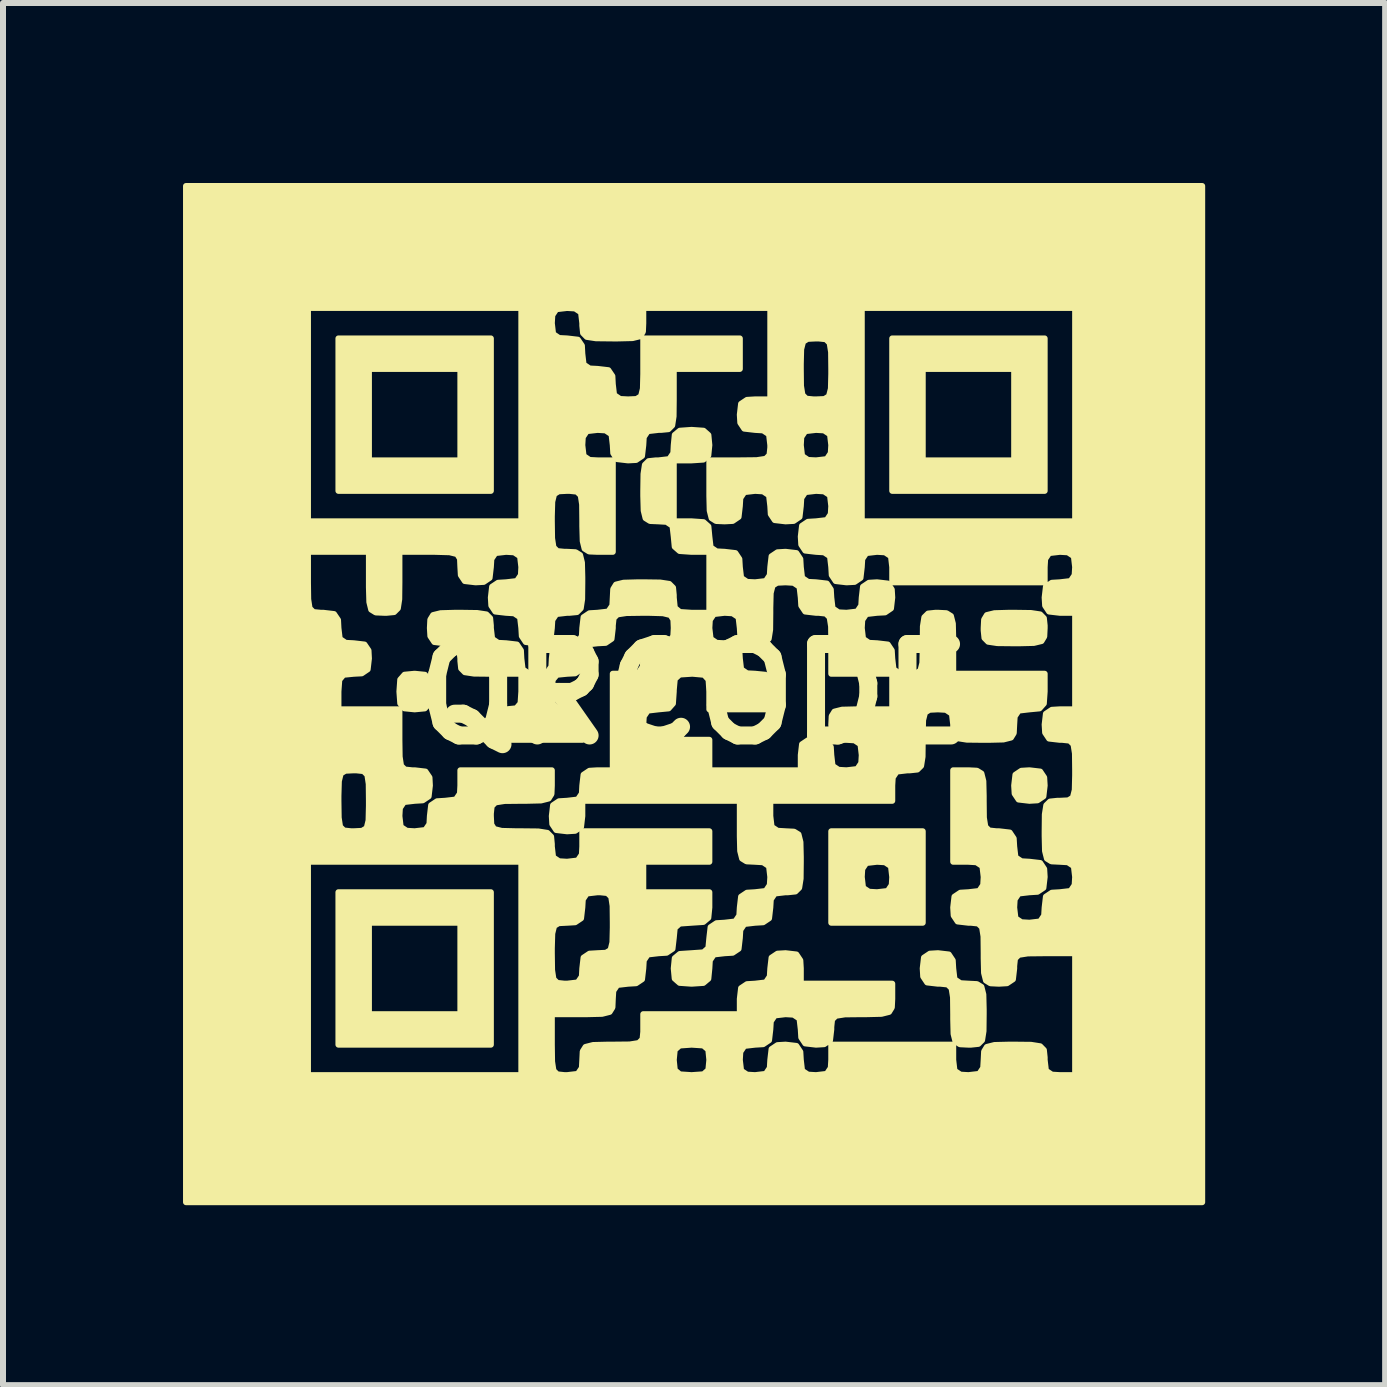
<source format=kicad_pcb>
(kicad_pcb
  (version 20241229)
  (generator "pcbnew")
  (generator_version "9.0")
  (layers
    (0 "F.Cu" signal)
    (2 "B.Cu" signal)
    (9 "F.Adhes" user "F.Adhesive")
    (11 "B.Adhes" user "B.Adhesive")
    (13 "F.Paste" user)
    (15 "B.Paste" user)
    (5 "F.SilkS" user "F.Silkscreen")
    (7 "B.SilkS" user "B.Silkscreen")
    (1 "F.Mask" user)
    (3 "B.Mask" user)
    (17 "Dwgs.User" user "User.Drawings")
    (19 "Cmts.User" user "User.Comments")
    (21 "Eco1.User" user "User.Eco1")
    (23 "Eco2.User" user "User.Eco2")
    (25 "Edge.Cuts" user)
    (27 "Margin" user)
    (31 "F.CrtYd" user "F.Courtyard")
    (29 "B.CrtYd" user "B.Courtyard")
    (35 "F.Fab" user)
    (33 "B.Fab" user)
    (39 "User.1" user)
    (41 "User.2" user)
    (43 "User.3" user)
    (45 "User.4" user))
  (footprint "QRCODE"
    (layer "F.Cu")
    (at 8.517 8.517)
    (property "Reference" "QRCODE" (at 0 0 0) (layer "F.SilkS") (effects (font (size 1.524 1.524) (thickness 0.3))))
    (attr through_hole)
    (fp_poly (pts (xy -4.403 -0.042) (xy -4.417 0.157) (xy -4.489 0.238) (xy -4.657 0.254) (xy -4.827 0.237) (xy -4.897 0.154) (xy -4.911 -0.042) (xy -4.897 -0.241) (xy -4.825 -0.323) (xy -4.657 -0.339) (xy -4.486 -0.322) (xy -4.416 -0.238) (xy -4.403 -0.042)) (stroke (width 0.1) (type solid)) (fill yes) (layer "F.SilkS"))
    (fp_poly (pts (xy 5.842 1.524) (xy 5.821 1.704) (xy 5.722 1.77) (xy 5.588 1.778) (xy 5.408 1.757) (xy 5.342 1.658) (xy 5.334 1.524) (xy 5.355 1.344) (xy 5.454 1.278) (xy 5.588 1.27) (xy 5.768 1.291) (xy 5.834 1.39) (xy 5.842 1.524)) (stroke (width 0.1) (type solid)) (fill yes) (layer "F.SilkS"))
    (fp_poly (pts (xy -3.387 -3.387) (xy -3.895 -3.387) (xy -3.895 -3.895) (xy -3.895 -4.657) (xy -3.895 -5.419) (xy -4.657 -5.419) (xy -5.419 -5.419) (xy -5.419 -4.657) (xy -5.419 -3.895) (xy -4.657 -3.895) (xy -3.895 -3.895) (xy -3.895 -3.387) (xy -4.657 -3.387) (xy -5.927 -3.387) (xy -5.927 -4.657) (xy -5.927 -5.927) (xy -4.657 -5.927) (xy -3.387 -5.927) (xy -3.387 -4.657) (xy -3.387 -3.387)) (stroke (width 0.1) (type solid)) (fill yes) (layer "F.SilkS"))
    (fp_poly (pts (xy -3.387 5.842) (xy -3.895 5.842) (xy -3.895 5.334) (xy -3.895 4.572) (xy -3.895 3.81) (xy -4.657 3.81) (xy -5.419 3.81) (xy -5.419 4.572) (xy -5.419 5.334) (xy -4.657 5.334) (xy -3.895 5.334) (xy -3.895 5.842) (xy -4.657 5.842) (xy -5.927 5.842) (xy -5.927 4.572) (xy -5.927 3.302) (xy -4.657 3.302) (xy -3.387 3.302) (xy -3.387 4.572) (xy -3.387 5.842)) (stroke (width 0.1) (type solid)) (fill yes) (layer "F.SilkS"))
    (fp_poly (pts (xy 5.842 -3.387) (xy 5.334 -3.387) (xy 5.334 -3.895) (xy 5.334 -4.657) (xy 5.334 -5.419) (xy 4.572 -5.419) (xy 3.81 -5.419) (xy 3.81 -4.657) (xy 3.81 -3.895) (xy 4.572 -3.895) (xy 5.334 -3.895) (xy 5.334 -3.387) (xy 4.572 -3.387) (xy 3.302 -3.387) (xy 3.302 -4.657) (xy 3.302 -5.927) (xy 4.572 -5.927) (xy 5.842 -5.927) (xy 5.842 -4.657) (xy 5.842 -3.387)) (stroke (width 0.1) (type solid)) (fill yes) (layer "F.SilkS"))
    (fp_poly (pts (xy 5.842 -1.101) (xy 5.835 -0.96) (xy 5.789 -0.884) (xy 5.662 -0.853) (xy 5.416 -0.847) (xy 5.334 -0.847) (xy 5.053 -0.85) (xy 4.901 -0.873) (xy 4.839 -0.936) (xy 4.826 -1.06) (xy 4.826 -1.101) (xy 4.833 -1.241) (xy 4.879 -1.317) (xy 5.006 -1.348) (xy 5.252 -1.355) (xy 5.334 -1.355) (xy 5.615 -1.351) (xy 5.767 -1.328) (xy 5.829 -1.265) (xy 5.842 -1.142) (xy 5.842 -1.101)) (stroke (width 0.1) (type solid)) (fill yes) (layer "F.SilkS"))
    (fp_poly (pts (xy 3.81 3.81) (xy 3.302 3.81) (xy 3.302 3.048) (xy 3.281 2.868) (xy 3.182 2.802) (xy 3.048 2.794) (xy 2.868 2.815) (xy 2.802 2.914) (xy 2.794 3.048) (xy 2.815 3.228) (xy 2.914 3.294) (xy 3.048 3.302) (xy 3.228 3.281) (xy 3.294 3.182) (xy 3.302 3.048) (xy 3.302 3.81) (xy 3.048 3.81) (xy 2.286 3.81) (xy 2.286 3.048) (xy 2.286 2.286) (xy 3.048 2.286) (xy 3.81 2.286) (xy 3.81 3.048) (xy 3.81 3.81)) (stroke (width 0.1) (type solid)) (fill yes) (layer "F.SilkS"))
    (fp_poly (pts (xy 4.826 5.334) (xy 4.823 5.615) (xy 4.799 5.767) (xy 4.736 5.829) (xy 4.613 5.842) (xy 4.572 5.842) (xy 4.431 5.835) (xy 4.356 5.789) (xy 4.324 5.662) (xy 4.318 5.416) (xy 4.318 5.334) (xy 4.315 5.053) (xy 4.291 4.901) (xy 4.228 4.839) (xy 4.105 4.826) (xy 4.064 4.826) (xy 3.884 4.805) (xy 3.818 4.706) (xy 3.81 4.572) (xy 3.831 4.392) (xy 3.93 4.326) (xy 4.064 4.318) (xy 4.244 4.339) (xy 4.31 4.438) (xy 4.318 4.572) (xy 4.339 4.752) (xy 4.438 4.818) (xy 4.572 4.826) (xy 4.713 4.833) (xy 4.788 4.879) (xy 4.82 5.006) (xy 4.826 5.252) (xy 4.826 5.334)) (stroke (width 0.1) (type solid)) (fill yes) (layer "F.SilkS"))
    (fp_poly (pts (xy 5.842 -0.042) (xy 5.828 0.157) (xy 5.756 0.238) (xy 5.588 0.254) (xy 5.408 0.275) (xy 5.342 0.374) (xy 5.334 0.508) (xy 5.327 0.649) (xy 5.281 0.724) (xy 5.154 0.756) (xy 4.908 0.762) (xy 4.826 0.762) (xy 4.545 0.759) (xy 4.393 0.735) (xy 4.331 0.672) (xy 4.318 0.549) (xy 4.318 0.508) (xy 4.297 0.328) (xy 4.198 0.262) (xy 4.064 0.254) (xy 3.923 0.261) (xy 3.848 0.307) (xy 3.816 0.434) (xy 3.81 0.68) (xy 3.81 0.762) (xy 3.807 1.043) (xy 3.783 1.195) (xy 3.72 1.257) (xy 3.597 1.27) (xy 3.556 1.27) (xy 3.376 1.291) (xy 3.31 1.39) (xy 3.302 1.524) (xy 3.302 0.254) (xy 3.302 -0.042) (xy 3.302 -0.339) (xy 2.794 -0.339) (xy 2.286 -0.339) (xy 2.286 -0.847) (xy 2.283 -1.128) (xy 2.259 -1.28) (xy 2.196 -1.342) (xy 2.073 -1.355) (xy 2.032 -1.355) (xy 1.852 -1.376) (xy 1.786 -1.475) (xy 1.778 -1.609) (xy 1.757 -1.789) (xy 1.658 -1.855) (xy 1.524 -1.863) (xy 1.383 -1.856) (xy 1.308 -1.809) (xy 1.276 -1.683) (xy 1.27 -1.437) (xy 1.27 -1.355) (xy 1.267 -1.073) (xy 1.243 -0.922) (xy 1.18 -0.859) (xy 1.057 -0.847) (xy 1.016 -0.847) (xy 0.836 -0.868) (xy 0.77 -0.967) (xy 0.762 -1.101) (xy 0.741 -1.281) (xy 0.642 -1.347) (xy 0.508 -1.355) (xy 0.328 -1.334) (xy 0.262 -1.235) (xy 0.254 -1.101) (xy 0.275 -0.921) (xy 0.374 -0.854) (xy 0.508 -0.847) (xy 0.688 -0.826) (xy 0.754 -0.727) (xy 0.762 -0.593) (xy 0.783 -0.413) (xy 0.882 -0.346) (xy 1.016 -0.339) (xy 1.187 -0.322) (xy 1.257 -0.238) (xy 1.27 -0.042) (xy 1.27 0.254) (xy 0.762 0.254) (xy 0.254 0.254) (xy 0.254 -0.042) (xy 0.241 -0.241) (xy 0.167 -0.322) (xy -0.02 -0.339) (xy -0.042 -0.339) (xy -0.241 -0.326) (xy -0.322 -0.252) (xy -0.339 -0.065) (xy -0.339 -0.042) (xy -0.353 0.157) (xy -0.425 0.238) (xy -0.593 0.254) (xy -0.773 0.275) (xy -0.839 0.374) (xy -0.847 0.508) (xy -0.847 0.762) (xy -0.296 0.762) (xy 0.254 0.762) (xy 0.254 1.016) (xy 0.254 1.27) (xy 1.016 1.27) (xy 1.778 1.27) (xy 1.778 1.016) (xy 1.799 0.836) (xy 1.898 0.77) (xy 2.032 0.762) (xy 2.212 0.783) (xy 2.278 0.882) (xy 2.286 1.016) (xy 2.307 1.196) (xy 2.406 1.262) (xy 2.54 1.27) (xy 2.72 1.249) (xy 2.786 1.15) (xy 2.794 1.016) (xy 2.773 0.836) (xy 2.674 0.77) (xy 2.54 0.762) (xy 2.36 0.741) (xy 2.294 0.642) (xy 2.286 0.508) (xy 2.293 0.367) (xy 2.339 0.292) (xy 2.466 0.26) (xy 2.712 0.254) (xy 2.794 0.254) (xy 3.302 0.254) (xy 3.302 1.524) (xy 3.302 1.778) (xy 2.286 1.778) (xy 1.27 1.778) (xy 1.27 2.032) (xy 1.291 2.212) (xy 1.39 2.278) (xy 1.524 2.286) (xy 1.665 2.293) (xy 1.74 2.339) (xy 1.772 2.466) (xy 1.778 2.712) (xy 1.778 2.794) (xy 1.775 3.075) (xy 1.751 3.227) (xy 1.688 3.289) (xy 1.565 3.302) (xy 1.524 3.302) (xy 1.344 3.323) (xy 1.278 3.422) (xy 1.27 3.556) (xy 1.249 3.736) (xy 1.15 3.802) (xy 1.016 3.81) (xy 0.836 3.831) (xy 0.77 3.93) (xy 0.762 4.064) (xy 0.741 4.244) (xy 0.642 4.31) (xy 0.508 4.318) (xy 0.328 4.339) (xy 0.262 4.438) (xy 0.254 4.572) (xy 0.237 4.743) (xy 0.154 4.813) (xy -0.042 4.826) (xy -0.241 4.812) (xy -0.323 4.74) (xy -0.339 4.572) (xy -0.322 4.401) (xy -0.238 4.331) (xy -0.042 4.318) (xy 0.157 4.304) (xy 0.238 4.232) (xy 0.254 4.064) (xy 0.275 3.884) (xy 0.374 3.818) (xy 0.508 3.81) (xy 0.688 3.789) (xy 0.754 3.69) (xy 0.762 3.556) (xy 0.783 3.376) (xy 0.882 3.31) (xy 1.016 3.302) (xy 1.196 3.281) (xy 1.262 3.182) (xy 1.27 3.048) (xy 1.249 2.868) (xy 1.15 2.802) (xy 1.016 2.794) (xy 0.875 2.787) (xy 0.8 2.741) (xy 0.768 2.614) (xy 0.762 2.368) (xy 0.762 2.286) (xy 0.762 1.778) (xy -0.55 1.778) (xy -1.863 1.778) (xy -1.863 2.032) (xy -1.884 2.212) (xy -1.983 2.278) (xy -2.117 2.286) (xy -2.297 2.265) (xy -2.363 2.166) (xy -2.371 2.032) (xy -2.35 1.852) (xy -2.251 1.786) (xy -2.117 1.778) (xy -1.937 1.757) (xy -1.87 1.658) (xy -1.863 1.524) (xy -1.842 1.344) (xy -1.743 1.278) (xy -1.609 1.27) (xy -1.355 1.27) (xy -1.355 0.466) (xy -1.355 -0.339) (xy -1.101 -0.339) (xy -0.921 -0.36) (xy -0.854 -0.459) (xy -0.847 -0.593) (xy -0.826 -0.773) (xy -0.727 -0.839) (xy -0.593 -0.847) (xy -0.413 -0.868) (xy -0.346 -0.967) (xy -0.339 -1.101) (xy -0.345 -1.241) (xy -0.392 -1.317) (xy -0.518 -1.348) (xy -0.764 -1.355) (xy -0.847 -1.355) (xy -1.128 -1.351) (xy -1.28 -1.328) (xy -1.342 -1.265) (xy -1.355 -1.142) (xy -1.355 -1.101) (xy -1.376 -0.921) (xy -1.475 -0.854) (xy -1.609 -0.847) (xy -1.789 -0.826) (xy -1.855 -0.727) (xy -1.863 -0.593) (xy -1.884 -0.413) (xy -1.983 -0.346) (xy -2.117 -0.339) (xy -2.287 -0.322) (xy -2.357 -0.238) (xy -2.371 -0.042) (xy -2.357 0.157) (xy -2.285 0.238) (xy -2.117 0.254) (xy -1.937 0.275) (xy -1.87 0.374) (xy -1.863 0.508) (xy -1.863 0.762) (xy -2.625 0.762) (xy -3.387 0.762) (xy -3.387 0.508) (xy -3.366 0.328) (xy -3.267 0.262) (xy -3.133 0.254) (xy -2.962 0.237) (xy -2.892 0.154) (xy -2.879 -0.042) (xy -2.879 -0.339) (xy -3.387 -0.339) (xy -3.668 -0.342) (xy -3.82 -0.365) (xy -3.882 -0.428) (xy -3.895 -0.552) (xy -3.895 -0.593) (xy -3.916 -0.773) (xy -4.015 -0.839) (xy -4.149 -0.847) (xy -4.329 -0.868) (xy -4.395 -0.967) (xy -4.403 -1.101) (xy -4.396 -1.241) (xy -4.349 -1.317) (xy -4.223 -1.348) (xy -3.977 -1.355) (xy -3.895 -1.355) (xy -3.613 -1.351) (xy -3.462 -1.328) (xy -3.399 -1.265) (xy -3.387 -1.142) (xy -3.387 -1.101) (xy -3.366 -0.921) (xy -3.267 -0.854) (xy -3.133 -0.847) (xy -2.953 -0.826) (xy -2.886 -0.727) (xy -2.879 -0.593) (xy -2.858 -0.413) (xy -2.759 -0.346) (xy -2.625 -0.339) (xy -2.445 -0.36) (xy -2.378 -0.459) (xy -2.371 -0.593) (xy -2.35 -0.773) (xy -2.251 -0.839) (xy -2.117 -0.847) (xy -1.937 -0.868) (xy -1.87 -0.967) (xy -1.863 -1.101) (xy -1.842 -1.281) (xy -1.743 -1.347) (xy -1.609 -1.355) (xy -1.429 -1.376) (xy -1.362 -1.475) (xy -1.355 -1.609) (xy -1.348 -1.749) (xy -1.301 -1.825) (xy -1.175 -1.856) (xy -0.929 -1.863) (xy -0.847 -1.863) (xy -0.565 -1.859) (xy -0.414 -1.836) (xy -0.351 -1.773) (xy -0.339 -1.65) (xy -0.339 -1.609) (xy -0.322 -1.438) (xy -0.238 -1.368) (xy -0.042 -1.355) (xy 0.254 -1.355) (xy 0.254 -1.863) (xy 0.254 -2.371) (xy -0.042 -2.371) (xy -0.241 -2.385) (xy -0.323 -2.457) (xy -0.339 -2.625) (xy -0.36 -2.805) (xy -0.459 -2.871) (xy -0.593 -2.879) (xy -0.733 -2.885) (xy -0.809 -2.932) (xy -0.84 -3.058) (xy -0.847 -3.304) (xy -0.847 -3.387) (xy -0.843 -3.668) (xy -0.82 -3.82) (xy -0.757 -3.882) (xy -0.634 -3.895) (xy -0.593 -3.895) (xy -0.413 -3.916) (xy -0.346 -4.015) (xy -0.339 -4.149) (xy -0.322 -4.319) (xy -0.238 -4.389) (xy -0.042 -4.403) (xy 0.157 -4.389) (xy 0.238 -4.317) (xy 0.254 -4.149) (xy 0.237 -3.978) (xy 0.154 -3.908) (xy -0.042 -3.895) (xy -0.339 -3.895) (xy -0.339 -3.387) (xy -0.339 -2.879) (xy -0.042 -2.879) (xy 0.157 -2.865) (xy 0.238 -2.793) (xy 0.254 -2.625) (xy 0.275 -2.445) (xy 0.374 -2.378) (xy 0.508 -2.371) (xy 0.688 -2.35) (xy 0.754 -2.251) (xy 0.762 -2.117) (xy 0.783 -1.937) (xy 0.882 -1.87) (xy 1.016 -1.863) (xy 1.196 -1.884) (xy 1.262 -1.983) (xy 1.27 -2.117) (xy 1.291 -2.297) (xy 1.39 -2.363) (xy 1.524 -2.371) (xy 1.704 -2.35) (xy 1.77 -2.251) (xy 1.778 -2.117) (xy 1.799 -1.937) (xy 1.898 -1.87) (xy 2.032 -1.863) (xy 2.212 -1.842) (xy 2.278 -1.743) (xy 2.286 -1.609) (xy 2.307 -1.429) (xy 2.406 -1.362) (xy 2.54 -1.355) (xy 2.72 -1.376) (xy 2.786 -1.475) (xy 2.794 -1.609) (xy 2.815 -1.789) (xy 2.914 -1.855) (xy 3.048 -1.863) (xy 3.228 -1.842) (xy 3.294 -1.743) (xy 3.302 -1.609) (xy 3.281 -1.429) (xy 3.182 -1.362) (xy 3.048 -1.355) (xy 2.868 -1.334) (xy 2.802 -1.235) (xy 2.794 -1.101) (xy 2.815 -0.921) (xy 2.914 -0.854) (xy 3.048 -0.847) (xy 3.228 -0.826) (xy 3.294 -0.727) (xy 3.302 -0.593) (xy 3.323 -0.413) (xy 3.422 -0.346) (xy 3.556 -0.339) (xy 3.697 -0.345) (xy 3.772 -0.392) (xy 3.804 -0.518) (xy 3.81 -0.764) (xy 3.81 -0.847) (xy 3.813 -1.128) (xy 3.837 -1.28) (xy 3.9 -1.342) (xy 4.023 -1.355) (xy 4.064 -1.355) (xy 4.205 -1.348) (xy 4.28 -1.301) (xy 4.312 -1.175) (xy 4.318 -0.929) (xy 4.318 -0.847) (xy 4.318 -0.339) (xy 5.08 -0.339) (xy 5.842 -0.339) (xy 5.842 -0.042)) (stroke (width 0.1) (type solid)) (fill yes) (layer "F.SilkS"))
    (fp_poly (pts (xy 8.467 8.467) (xy 6.35 8.467) (xy 6.35 6.35) (xy 6.35 5.334) (xy 6.35 4.318) (xy 5.842 4.318) (xy 5.561 4.321) (xy 5.409 4.345) (xy 5.347 4.408) (xy 5.334 4.531) (xy 5.334 4.572) (xy 5.313 4.752) (xy 5.214 4.818) (xy 5.08 4.826) (xy 4.939 4.819) (xy 4.864 4.773) (xy 4.832 4.646) (xy 4.826 4.4) (xy 4.826 4.318) (xy 4.823 4.037) (xy 4.799 3.885) (xy 4.736 3.823) (xy 4.613 3.81) (xy 4.572 3.81) (xy 4.392 3.789) (xy 4.326 3.69) (xy 4.318 3.556) (xy 4.339 3.376) (xy 4.438 3.31) (xy 4.572 3.302) (xy 4.752 3.281) (xy 4.818 3.182) (xy 4.826 3.048) (xy 4.805 2.868) (xy 4.706 2.802) (xy 4.572 2.794) (xy 4.318 2.794) (xy 4.318 2.032) (xy 4.318 1.27) (xy 4.572 1.27) (xy 4.713 1.277) (xy 4.788 1.323) (xy 4.82 1.45) (xy 4.826 1.696) (xy 4.826 1.778) (xy 4.829 2.059) (xy 4.853 2.211) (xy 4.916 2.273) (xy 5.039 2.286) (xy 5.08 2.286) (xy 5.26 2.307) (xy 5.326 2.406) (xy 5.334 2.54) (xy 5.355 2.72) (xy 5.454 2.786) (xy 5.588 2.794) (xy 5.768 2.815) (xy 5.834 2.914) (xy 5.842 3.048) (xy 5.821 3.228) (xy 5.722 3.294) (xy 5.588 3.302) (xy 5.408 3.323) (xy 5.342 3.422) (xy 5.334 3.556) (xy 5.355 3.736) (xy 5.454 3.802) (xy 5.588 3.81) (xy 5.768 3.789) (xy 5.834 3.69) (xy 5.842 3.556) (xy 5.863 3.376) (xy 5.962 3.31) (xy 6.096 3.302) (xy 6.276 3.281) (xy 6.342 3.182) (xy 6.35 3.048) (xy 6.329 2.868) (xy 6.23 2.802) (xy 6.096 2.794) (xy 5.955 2.787) (xy 5.88 2.741) (xy 5.848 2.614) (xy 5.842 2.368) (xy 5.842 2.286) (xy 5.845 2.005) (xy 5.869 1.853) (xy 5.932 1.791) (xy 6.055 1.778) (xy 6.096 1.778) (xy 6.237 1.771) (xy 6.312 1.725) (xy 6.344 1.598) (xy 6.35 1.352) (xy 6.35 1.27) (xy 6.347 0.989) (xy 6.323 0.837) (xy 6.26 0.775) (xy 6.137 0.762) (xy 6.096 0.762) (xy 5.916 0.741) (xy 5.85 0.642) (xy 5.842 0.508) (xy 5.863 0.328) (xy 5.962 0.262) (xy 6.096 0.254) (xy 6.35 0.254) (xy 6.35 -0.55) (xy 6.35 -1.355) (xy 6.096 -1.355) (xy 5.916 -1.376) (xy 5.85 -1.475) (xy 5.842 -1.609) (xy 5.863 -1.789) (xy 5.962 -1.855) (xy 6.096 -1.863) (xy 6.276 -1.884) (xy 6.342 -1.983) (xy 6.35 -2.117) (xy 6.35 -2.879) (xy 6.35 -4.657) (xy 6.35 -6.435) (xy 4.572 -6.435) (xy 2.794 -6.435) (xy 2.794 -4.657) (xy 2.794 -2.879) (xy 4.572 -2.879) (xy 6.35 -2.879) (xy 6.35 -2.117) (xy 6.329 -2.297) (xy 6.23 -2.363) (xy 6.096 -2.371) (xy 5.916 -2.35) (xy 5.85 -2.251) (xy 5.842 -2.117) (xy 5.842 -1.863) (xy 4.572 -1.863) (xy 3.302 -1.863) (xy 3.302 -2.117) (xy 3.281 -2.297) (xy 3.182 -2.363) (xy 3.048 -2.371) (xy 2.868 -2.35) (xy 2.802 -2.251) (xy 2.794 -2.117) (xy 2.773 -1.937) (xy 2.674 -1.87) (xy 2.54 -1.863) (xy 2.36 -1.884) (xy 2.294 -1.983) (xy 2.286 -2.117) (xy 2.265 -2.297) (xy 2.166 -2.363) (xy 2.032 -2.371) (xy 1.852 -2.392) (xy 1.786 -2.491) (xy 1.778 -2.625) (xy 1.799 -2.805) (xy 1.898 -2.871) (xy 2.032 -2.879) (xy 2.212 -2.9) (xy 2.278 -2.999) (xy 2.286 -3.133) (xy 2.286 -4.149) (xy 2.286 -5.419) (xy 2.283 -5.7) (xy 2.259 -5.852) (xy 2.196 -5.914) (xy 2.073 -5.927) (xy 2.032 -5.927) (xy 1.891 -5.92) (xy 1.816 -5.873) (xy 1.784 -5.747) (xy 1.778 -5.501) (xy 1.778 -5.419) (xy 1.781 -5.137) (xy 1.805 -4.986) (xy 1.868 -4.923) (xy 1.991 -4.911) (xy 2.032 -4.911) (xy 2.173 -4.917) (xy 2.248 -4.964) (xy 2.28 -5.09) (xy 2.286 -5.336) (xy 2.286 -5.419) (xy 2.286 -4.149) (xy 2.265 -4.329) (xy 2.166 -4.395) (xy 2.032 -4.403) (xy 1.852 -4.382) (xy 1.786 -4.283) (xy 1.778 -4.149) (xy 1.799 -3.969) (xy 1.898 -3.902) (xy 2.032 -3.895) (xy 2.212 -3.916) (xy 2.278 -4.015) (xy 2.286 -4.149) (xy 2.286 -3.133) (xy 2.265 -3.313) (xy 2.166 -3.379) (xy 2.032 -3.387) (xy 1.852 -3.366) (xy 1.786 -3.267) (xy 1.778 -3.133) (xy 1.757 -2.953) (xy 1.658 -2.886) (xy 1.524 -2.879) (xy 1.344 -2.9) (xy 1.278 -2.999) (xy 1.27 -3.133) (xy 1.249 -3.313) (xy 1.15 -3.379) (xy 1.016 -3.387) (xy 0.836 -3.366) (xy 0.77 -3.267) (xy 0.762 -3.133) (xy 0.741 -2.953) (xy 0.642 -2.886) (xy 0.508 -2.879) (xy 0.367 -2.885) (xy 0.292 -2.932) (xy 0.26 -3.058) (xy 0.254 -3.304) (xy 0.254 -3.387) (xy 0.254 -3.895) (xy 0.762 -3.895) (xy 1.043 -3.898) (xy 1.195 -3.921) (xy 1.257 -3.984) (xy 1.27 -4.108) (xy 1.27 -4.149) (xy 1.249 -4.329) (xy 1.15 -4.395) (xy 1.016 -4.403) (xy 0.836 -4.424) (xy 0.77 -4.523) (xy 0.762 -4.657) (xy 0.783 -4.837) (xy 0.882 -4.903) (xy 1.016 -4.911) (xy 1.27 -4.911) (xy 1.27 -5.673) (xy 1.27 -6.435) (xy 0.212 -6.435) (xy -0.847 -6.435) (xy -0.847 -6.181) (xy -0.853 -6.04) (xy -0.9 -5.964) (xy -1.026 -5.933) (xy -1.272 -5.927) (xy -1.355 -5.927) (xy -1.636 -5.93) (xy -1.788 -5.953) (xy -1.85 -6.016) (xy -1.863 -6.14) (xy -1.863 -6.181) (xy -1.884 -6.361) (xy -1.983 -6.427) (xy -2.117 -6.435) (xy -2.297 -6.414) (xy -2.363 -6.315) (xy -2.371 -6.181) (xy -2.35 -6.001) (xy -2.251 -5.934) (xy -2.117 -5.927) (xy -1.937 -5.906) (xy -1.87 -5.807) (xy -1.863 -5.673) (xy -1.842 -5.493) (xy -1.743 -5.426) (xy -1.609 -5.419) (xy -1.429 -5.398) (xy -1.362 -5.299) (xy -1.355 -5.165) (xy -1.334 -4.985) (xy -1.235 -4.918) (xy -1.101 -4.911) (xy -0.96 -4.917) (xy -0.884 -4.964) (xy -0.853 -5.09) (xy -0.847 -5.336) (xy -0.847 -5.419) (xy -0.847 -5.927) (xy -0.042 -5.927) (xy 0.762 -5.927) (xy 0.762 -5.673) (xy 0.762 -5.419) (xy 0.212 -5.419) (xy -0.339 -5.419) (xy -0.339 -4.911) (xy -0.342 -4.629) (xy -0.365 -4.478) (xy -0.428 -4.415) (xy -0.552 -4.403) (xy -0.593 -4.403) (xy -0.773 -4.382) (xy -0.839 -4.283) (xy -0.847 -4.149) (xy -0.868 -3.969) (xy -0.967 -3.902) (xy -1.101 -3.895) (xy -1.281 -3.916) (xy -1.347 -4.015) (xy -1.355 -4.149) (xy -1.376 -4.329) (xy -1.475 -4.395) (xy -1.609 -4.403) (xy -1.789 -4.382) (xy -1.855 -4.283) (xy -1.863 -4.149) (xy -1.842 -3.969) (xy -1.743 -3.902) (xy -1.609 -3.895) (xy -1.355 -3.895) (xy -1.355 -3.133) (xy -1.355 -2.371) (xy -1.609 -2.371) (xy -1.749 -2.377) (xy -1.825 -2.424) (xy -1.856 -2.55) (xy -1.863 -2.796) (xy -1.863 -2.879) (xy -1.866 -3.16) (xy -1.889 -3.312) (xy -1.952 -3.374) (xy -2.076 -3.387) (xy -2.117 -3.387) (xy -2.257 -3.38) (xy -2.333 -3.333) (xy -2.364 -3.207) (xy -2.371 -2.961) (xy -2.371 -2.879) (xy -2.367 -2.597) (xy -2.344 -2.446) (xy -2.281 -2.383) (xy -2.158 -2.371) (xy -2.117 -2.371) (xy -1.976 -2.364) (xy -1.9 -2.317) (xy -1.869 -2.191) (xy -1.863 -1.945) (xy -1.863 -1.863) (xy -1.866 -1.581) (xy -1.889 -1.43) (xy -1.952 -1.367) (xy -2.076 -1.355) (xy -2.117 -1.355) (xy -2.297 -1.334) (xy -2.363 -1.235) (xy -2.371 -1.101) (xy -2.392 -0.921) (xy -2.491 -0.854) (xy -2.625 -0.847) (xy -2.805 -0.868) (xy -2.871 -0.967) (xy -2.879 -1.101) (xy -2.9 -1.281) (xy -2.999 -1.347) (xy -3.133 -1.355) (xy -3.313 -1.376) (xy -3.379 -1.475) (xy -3.387 -1.609) (xy -3.366 -1.789) (xy -3.267 -1.855) (xy -3.133 -1.863) (xy -2.953 -1.884) (xy -2.886 -1.983) (xy -2.879 -2.117) (xy -2.879 -2.879) (xy -2.879 -4.657) (xy -2.879 -6.435) (xy -4.657 -6.435) (xy -6.435 -6.435) (xy -6.435 -4.657) (xy -6.435 -2.879) (xy -4.657 -2.879) (xy -2.879 -2.879) (xy -2.879 -2.117) (xy -2.9 -2.297) (xy -2.999 -2.363) (xy -3.133 -2.371) (xy -3.313 -2.35) (xy -3.379 -2.251) (xy -3.387 -2.117) (xy -3.408 -1.937) (xy -3.507 -1.87) (xy -3.641 -1.863) (xy -3.821 -1.884) (xy -3.887 -1.983) (xy -3.895 -2.117) (xy -3.901 -2.257) (xy -3.948 -2.333) (xy -4.074 -2.364) (xy -4.32 -2.371) (xy -4.403 -2.371) (xy -4.911 -2.371) (xy -4.911 -1.863) (xy -4.914 -1.581) (xy -4.937 -1.43) (xy -5 -1.367) (xy -5.124 -1.355) (xy -5.165 -1.355) (xy -5.305 -1.361) (xy -5.381 -1.408) (xy -5.412 -1.534) (xy -5.419 -1.78) (xy -5.419 -1.863) (xy -5.419 -2.371) (xy -5.927 -2.371) (xy -6.435 -2.371) (xy -6.435 -1.863) (xy -6.431 -1.581) (xy -6.408 -1.43) (xy -6.345 -1.367) (xy -6.222 -1.355) (xy -6.181 -1.355) (xy -6.001 -1.334) (xy -5.934 -1.235) (xy -5.927 -1.101) (xy -5.906 -0.921) (xy -5.807 -0.854) (xy -5.673 -0.847) (xy -5.493 -0.826) (xy -5.426 -0.727) (xy -5.419 -0.593) (xy -5.44 -0.413) (xy -5.539 -0.346) (xy -5.673 -0.339) (xy -5.843 -0.322) (xy -5.913 -0.238) (xy -5.927 -0.042) (xy -5.927 0.254) (xy -5.419 0.254) (xy -4.911 0.254) (xy -4.911 0.762) (xy -4.907 1.043) (xy -4.884 1.195) (xy -4.821 1.257) (xy -4.698 1.27) (xy -4.657 1.27) (xy -4.477 1.291) (xy -4.41 1.39) (xy -4.403 1.524) (xy -4.424 1.704) (xy -4.523 1.77) (xy -4.657 1.778) (xy -4.837 1.799) (xy -4.903 1.898) (xy -4.911 2.032) (xy -4.89 2.212) (xy -4.791 2.278) (xy -4.657 2.286) (xy -4.477 2.265) (xy -4.41 2.166) (xy -4.403 2.032) (xy -4.382 1.852) (xy -4.283 1.786) (xy -4.149 1.778) (xy -3.969 1.757) (xy -3.902 1.658) (xy -3.895 1.524) (xy -3.895 1.27) (xy -3.133 1.27) (xy -2.371 1.27) (xy -2.371 1.524) (xy -2.377 1.665) (xy -2.424 1.74) (xy -2.55 1.772) (xy -2.796 1.778) (xy -2.879 1.778) (xy -3.16 1.781) (xy -3.312 1.805) (xy -3.374 1.868) (xy -3.387 1.991) (xy -3.387 2.032) (xy -3.38 2.173) (xy -3.333 2.248) (xy -3.207 2.28) (xy -2.961 2.286) (xy -2.879 2.286) (xy -2.597 2.289) (xy -2.446 2.313) (xy -2.383 2.376) (xy -2.371 2.499) (xy -2.371 2.54) (xy -2.35 2.72) (xy -2.251 2.786) (xy -2.117 2.794) (xy -1.937 2.773) (xy -1.87 2.674) (xy -1.863 2.54) (xy -1.863 2.286) (xy -0.804 2.286) (xy 0.254 2.286) (xy 0.254 2.54) (xy 0.254 2.794) (xy -0.296 2.794) (xy -0.847 2.794) (xy -0.847 3.048) (xy -0.847 3.302) (xy -0.296 3.302) (xy 0.254 3.302) (xy 0.254 3.556) (xy 0.237 3.727) (xy 0.154 3.797) (xy -0.042 3.81) (xy -0.241 3.824) (xy -0.323 3.896) (xy -0.339 4.064) (xy -0.36 4.244) (xy -0.459 4.31) (xy -0.593 4.318) (xy -0.773 4.339) (xy -0.839 4.438) (xy -0.847 4.572) (xy -0.868 4.752) (xy -0.967 4.818) (xy -1.101 4.826) (xy -1.281 4.847) (xy -1.347 4.946) (xy -1.355 5.08) (xy -1.355 3.81) (xy -1.358 3.529) (xy -1.381 3.377) (xy -1.444 3.315) (xy -1.568 3.302) (xy -1.609 3.302) (xy -1.789 3.323) (xy -1.855 3.422) (xy -1.863 3.556) (xy -1.884 3.736) (xy -1.983 3.802) (xy -2.117 3.81) (xy -2.257 3.817) (xy -2.333 3.863) (xy -2.364 3.99) (xy -2.371 4.236) (xy -2.371 4.318) (xy -2.367 4.599) (xy -2.344 4.751) (xy -2.281 4.813) (xy -2.158 4.826) (xy -2.117 4.826) (xy -1.937 4.805) (xy -1.87 4.706) (xy -1.863 4.572) (xy -1.842 4.392) (xy -1.743 4.326) (xy -1.609 4.318) (xy -1.468 4.311) (xy -1.392 4.265) (xy -1.361 4.138) (xy -1.355 3.892) (xy -1.355 3.81) (xy -1.355 5.08) (xy -1.361 5.221) (xy -1.408 5.296) (xy -1.534 5.328) (xy -1.78 5.334) (xy -1.863 5.334) (xy -2.371 5.334) (xy -2.371 5.842) (xy -2.367 6.123) (xy -2.344 6.275) (xy -2.281 6.337) (xy -2.158 6.35) (xy -2.117 6.35) (xy -1.937 6.329) (xy -1.87 6.23) (xy -1.863 6.096) (xy -1.856 5.955) (xy -1.809 5.88) (xy -1.683 5.848) (xy -1.437 5.842) (xy -1.355 5.842) (xy -1.073 5.839) (xy -0.922 5.815) (xy -0.859 5.752) (xy -0.847 5.629) (xy -0.847 5.588) (xy -0.847 5.334) (xy -0.042 5.334) (xy 0.762 5.334) (xy 0.762 5.08) (xy 0.783 4.9) (xy 0.882 4.834) (xy 1.016 4.826) (xy 1.196 4.805) (xy 1.262 4.706) (xy 1.27 4.572) (xy 1.291 4.392) (xy 1.39 4.326) (xy 1.524 4.318) (xy 1.704 4.339) (xy 1.77 4.438) (xy 1.778 4.572) (xy 1.778 4.826) (xy 2.54 4.826) (xy 3.302 4.826) (xy 3.302 5.08) (xy 3.295 5.221) (xy 3.249 5.296) (xy 3.122 5.328) (xy 2.876 5.334) (xy 2.794 5.334) (xy 2.513 5.337) (xy 2.361 5.361) (xy 2.299 5.424) (xy 2.286 5.547) (xy 2.286 5.588) (xy 2.265 5.768) (xy 2.166 5.834) (xy 2.032 5.842) (xy 1.852 5.821) (xy 1.786 5.722) (xy 1.778 5.588) (xy 1.757 5.408) (xy 1.658 5.342) (xy 1.524 5.334) (xy 1.344 5.355) (xy 1.278 5.454) (xy 1.27 5.588) (xy 1.249 5.768) (xy 1.15 5.834) (xy 1.016 5.842) (xy 0.836 5.863) (xy 0.77 5.962) (xy 0.762 6.096) (xy 0.783 6.276) (xy 0.882 6.342) (xy 1.016 6.35) (xy 1.196 6.329) (xy 1.262 6.23) (xy 1.27 6.096) (xy 1.291 5.916) (xy 1.39 5.85) (xy 1.524 5.842) (xy 1.704 5.863) (xy 1.77 5.962) (xy 1.778 6.096) (xy 1.799 6.276) (xy 1.898 6.342) (xy 2.032 6.35) (xy 2.212 6.329) (xy 2.278 6.23) (xy 2.286 6.096) (xy 2.286 5.842) (xy 3.302 5.842) (xy 4.318 5.842) (xy 4.318 6.096) (xy 4.339 6.276) (xy 4.438 6.342) (xy 4.572 6.35) (xy 4.752 6.329) (xy 4.818 6.23) (xy 4.826 6.096) (xy 4.833 5.955) (xy 4.879 5.88) (xy 5.006 5.848) (xy 5.252 5.842) (xy 5.334 5.842) (xy 5.615 5.845) (xy 5.767 5.869) (xy 5.829 5.932) (xy 5.842 6.055) (xy 5.842 6.096) (xy 5.863 6.276) (xy 5.962 6.342) (xy 6.096 6.35) (xy 6.35 6.35) (xy 6.35 8.467) (xy 0.254 8.467) (xy 0.254 6.096) (xy 0.237 5.925) (xy 0.154 5.855) (xy -0.042 5.842) (xy -0.241 5.856) (xy -0.323 5.928) (xy -0.339 6.096) (xy -0.322 6.267) (xy -0.238 6.337) (xy -0.042 6.35) (xy 0.157 6.336) (xy 0.238 6.264) (xy 0.254 6.096) (xy 0.254 8.467) (xy 0 8.467) (xy -2.879 8.467) (xy -2.879 6.35) (xy -2.879 4.572) (xy -2.879 2.794) (xy -4.657 2.794) (xy -5.419 2.794) (xy -5.419 1.778) (xy -5.422 1.497) (xy -5.445 1.345) (xy -5.508 1.283) (xy -5.632 1.27) (xy -5.673 1.27) (xy -5.813 1.277) (xy -5.889 1.323) (xy -5.92 1.45) (xy -5.927 1.696) (xy -5.927 1.778) (xy -5.923 2.059) (xy -5.9 2.211) (xy -5.837 2.273) (xy -5.714 2.286) (xy -5.673 2.286) (xy -5.532 2.279) (xy -5.456 2.233) (xy -5.425 2.106) (xy -5.419 1.86) (xy -5.419 1.778) (xy -5.419 2.794) (xy -6.435 2.794) (xy -6.435 4.572) (xy -6.435 6.35) (xy -4.657 6.35) (xy -2.879 6.35) (xy -2.879 8.467) (xy -8.467 8.467) (xy -8.467 0) (xy -8.467 -8.467) (xy 0 -8.467) (xy 8.467 -8.467) (xy 8.467 0) (xy 8.467 8.467)) (stroke (width 0.1) (type solid)) (fill yes) (layer "F.SilkS")))
  (gr_rect
    (start -3 -3)
    (end 20.033 20.033)
    (stroke (width 0.1) (type default))
    (fill no)
    (layer "Edge.Cuts")))
</source>
